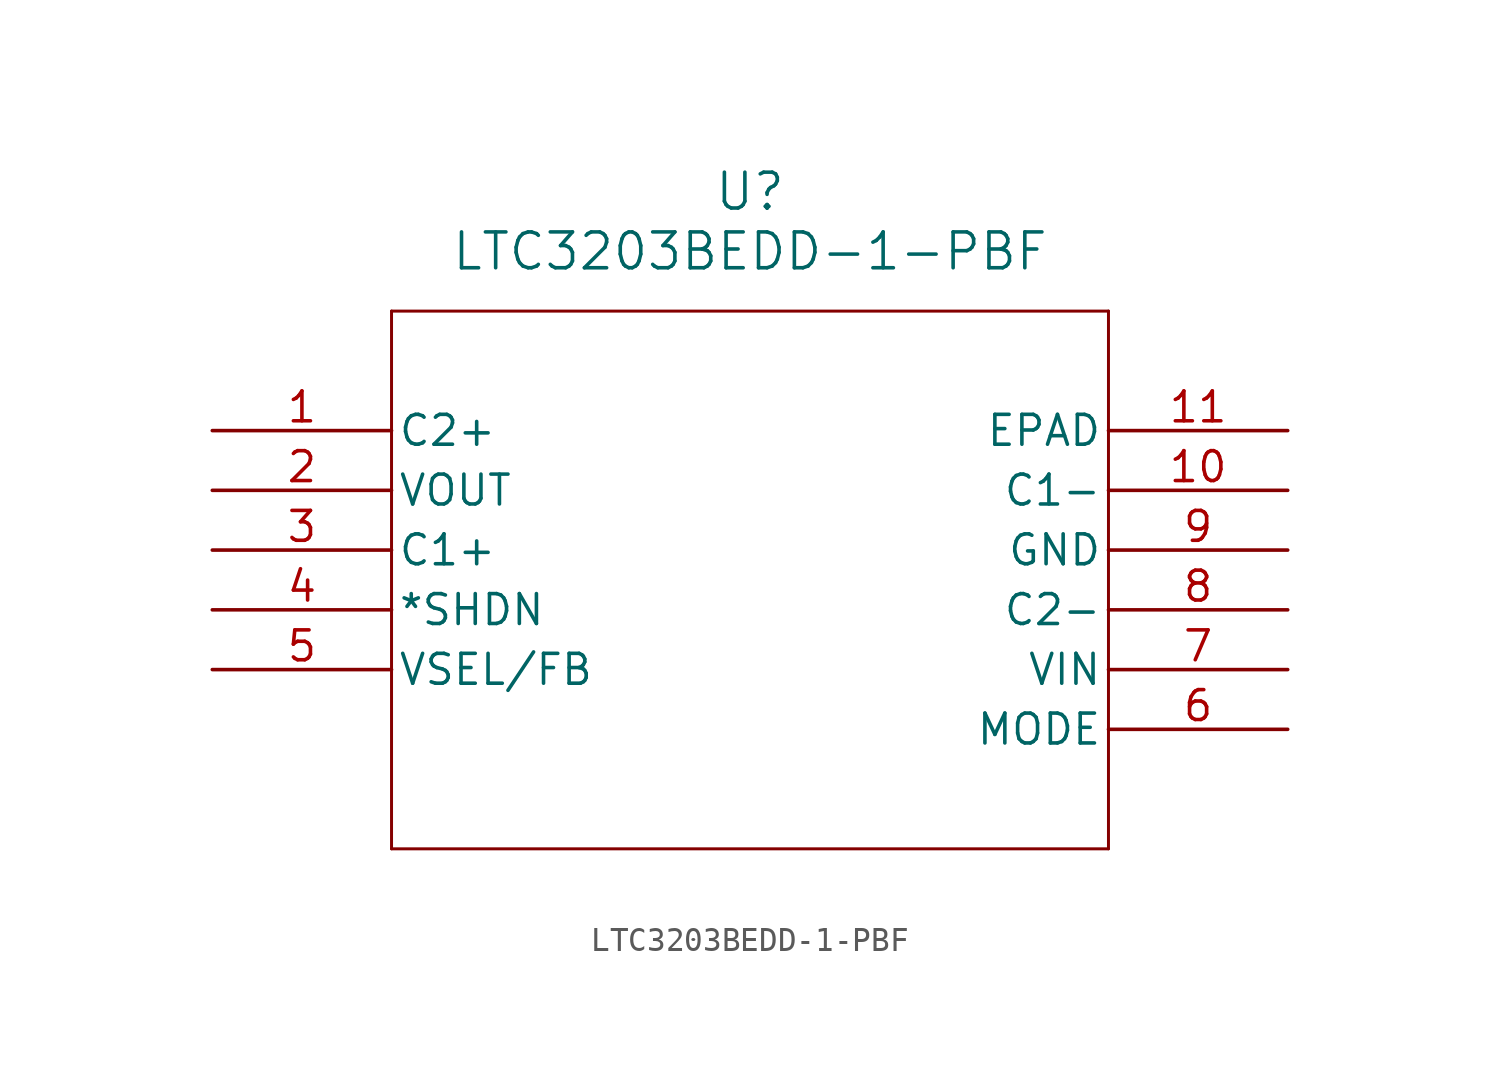
<source format=kicad_sym>
(kicad_symbol_lib
  (version 20211014)
  (generator kicad_symbol_editor)
  (symbol "LTC3203BEDD-1-PBF"
    (pin_names
      (offset 0.254))
    (property "Reference" "U"
      (at 22.86 10.16 0)
      (effects (font (size 1.524 1.524))))
    (property "Value" "LTC3203BEDD-1-PBF"
      (at 22.86 7.62 0)
      (effects (font (size 1.524 1.524))))
    (symbol "LTC3203BEDD-1-PBF_0_1"
      (polyline (pts (xy 7.62 5.08) (xy 7.62 -17.78)) (stroke (width 0.127) (type default) (color 0 0 0 0)) (fill (type none)))
      (polyline (pts (xy 7.62 -17.78) (xy 38.1 -17.78)) (stroke (width 0.127) (type default) (color 0 0 0 0)) (fill (type none)))
      (polyline (pts (xy 38.1 -17.78) (xy 38.1 5.08)) (stroke (width 0.127) (type default) (color 0 0 0 0)) (fill (type none)))
      (polyline (pts (xy 38.1 5.08) (xy 7.62 5.08)) (stroke (width 0.127) (type default) (color 0 0 0 0)) (fill (type none)))
      (pin unspecified line (at 0 0 0) (length 7.62) (name "C2+" (effects (font (size 1.27 1.27)))) (number "1" (effects (font (size 1.27 1.27)))))
      (pin output line (at 0 -2.54 0) (length 7.62) (name "VOUT" (effects (font (size 1.27 1.27)))) (number "2" (effects (font (size 1.27 1.27)))))
      (pin unspecified line (at 0 -5.08 0) (length 7.62) (name "C1+" (effects (font (size 1.27 1.27)))) (number "3" (effects (font (size 1.27 1.27)))))
      (pin input line (at 0 -7.62 0) (length 7.62) (name "*SHDN" (effects (font (size 1.27 1.27)))) (number "4" (effects (font (size 1.27 1.27)))))
      (pin output line (at 0 -10.16 0) (length 7.62) (name "VSEL/FB" (effects (font (size 1.27 1.27)))) (number "5" (effects (font (size 1.27 1.27)))))
      (pin input line (at 45.72 -12.7 180) (length 7.62) (name "MODE" (effects (font (size 1.27 1.27)))) (number "6" (effects (font (size 1.27 1.27)))))
      (pin input line (at 45.72 -10.16 180) (length 7.62) (name "VIN" (effects (font (size 1.27 1.27)))) (number "7" (effects (font (size 1.27 1.27)))))
      (pin unspecified line (at 45.72 -7.62 180) (length 7.62) (name "C2-" (effects (font (size 1.27 1.27)))) (number "8" (effects (font (size 1.27 1.27)))))
      (pin power_in line (at 45.72 -5.08 180) (length 7.62) (name "GND" (effects (font (size 1.27 1.27)))) (number "9" (effects (font (size 1.27 1.27)))))
      (pin unspecified line (at 45.72 -2.54 180) (length 7.62) (name "C1-" (effects (font (size 1.27 1.27)))) (number "10" (effects (font (size 1.27 1.27)))))
      (pin unspecified line (at 45.72 0 180) (length 7.62) (name "EPAD" (effects (font (size 1.27 1.27)))) (number "11" (effects (font (size 1.27 1.27))))))))
</source>
